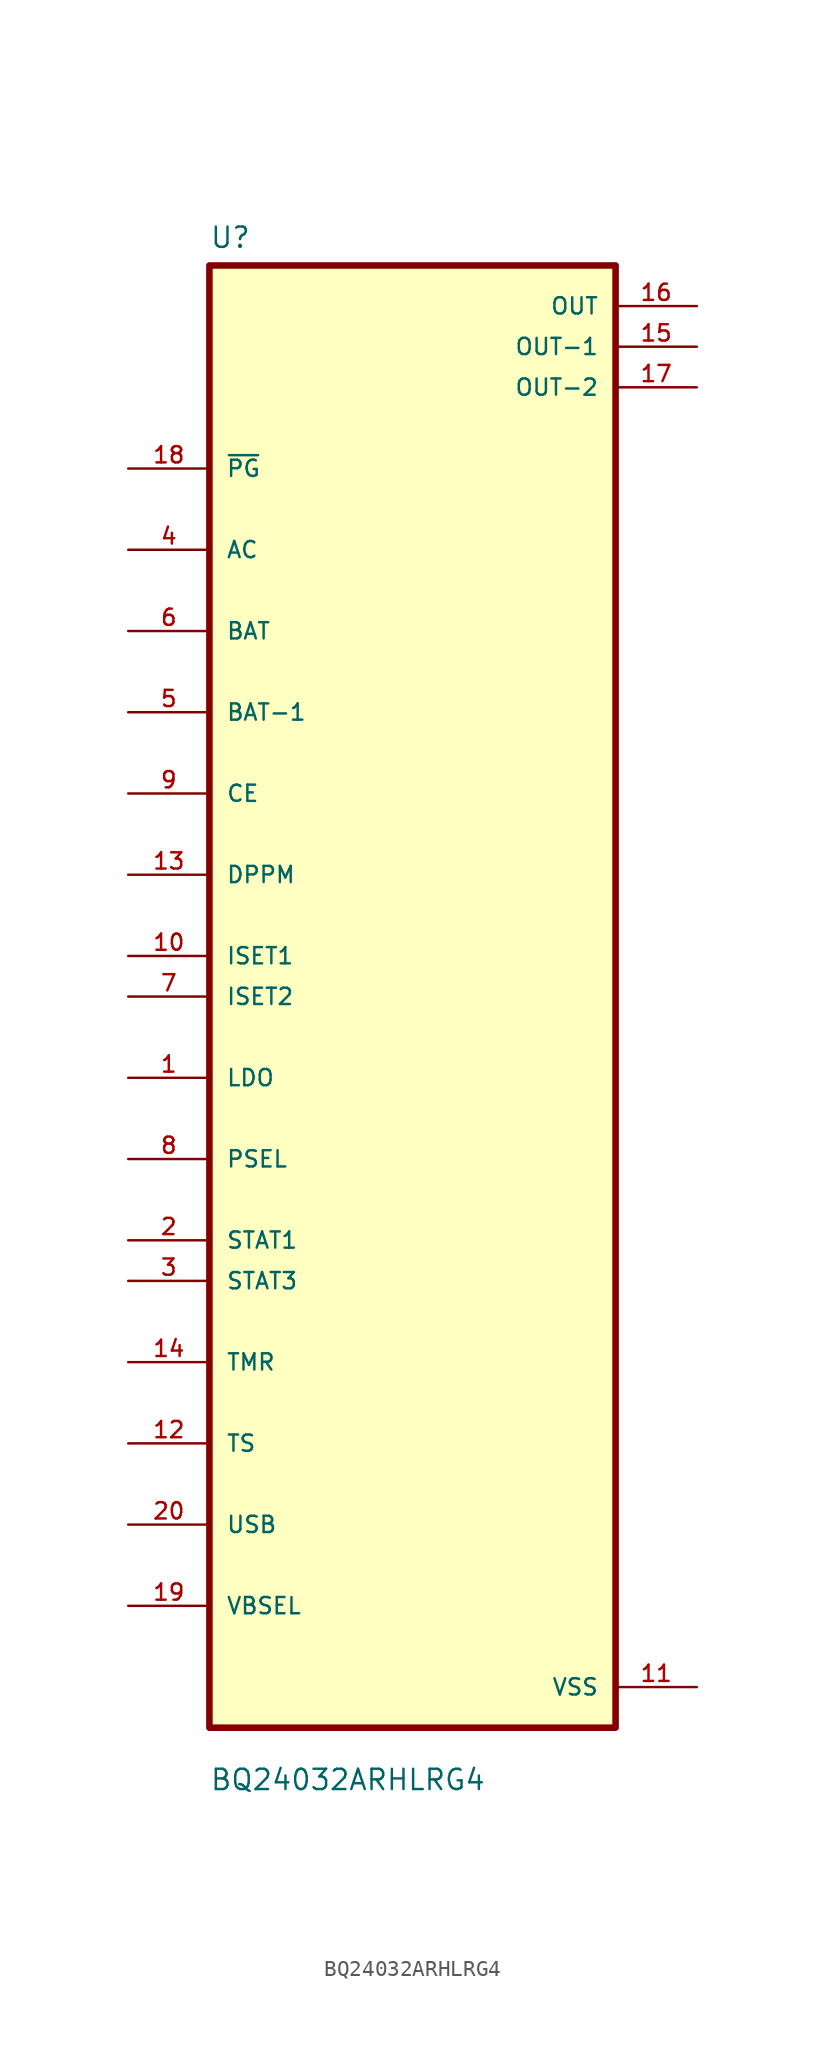
<source format=kicad_sym>
(kicad_symbol_lib
  (version 20211014)
  (generator kicad_symbol_editor)
  (symbol "BQ24032ARHLRG4"
    (pin_names
      (offset 1.016))
    (property "Reference" "U"
      (at -12.7 46.72 0.0)
      (effects (font (size 1.27 1.27)) (justify bottom left)))
    (property "Value" "BQ24032ARHLRG4"
      (at -12.7 -49.72 0.0)
      (effects (font (size 1.27 1.27)) (justify bottom left)))
    (symbol "BQ24032ARHLRG4_0_0"
      (rectangle (start -12.7 -45.72) (end 12.7 45.72) (stroke (width 0.41)) (fill (type background)))
      (pin bidirectional line (at -17.78 33.02 0) (length 5.08) (name "~{PG}" (effects (font (size 1.016 1.016)))) (number "18" (effects (font (size 1.016 1.016)))))
      (pin bidirectional line (at -17.78 27.94 0) (length 5.08) (name "AC" (effects (font (size 1.016 1.016)))) (number "4" (effects (font (size 1.016 1.016)))))
      (pin bidirectional line (at -17.78 22.86 0) (length 5.08) (name "BAT" (effects (font (size 1.016 1.016)))) (number "6" (effects (font (size 1.016 1.016)))))
      (pin bidirectional line (at -17.78 17.78 0) (length 5.08) (name "BAT-1" (effects (font (size 1.016 1.016)))) (number "5" (effects (font (size 1.016 1.016)))))
      (pin bidirectional line (at -17.78 12.7 0) (length 5.08) (name "CE" (effects (font (size 1.016 1.016)))) (number "9" (effects (font (size 1.016 1.016)))))
      (pin bidirectional line (at -17.78 7.62 0) (length 5.08) (name "DPPM" (effects (font (size 1.016 1.016)))) (number "13" (effects (font (size 1.016 1.016)))))
      (pin bidirectional line (at -17.78 2.54 0) (length 5.08) (name "ISET1" (effects (font (size 1.016 1.016)))) (number "10" (effects (font (size 1.016 1.016)))))
      (pin bidirectional line (at -17.78 1.06581e-14 0) (length 5.08) (name "ISET2" (effects (font (size 1.016 1.016)))) (number "7" (effects (font (size 1.016 1.016)))))
      (pin bidirectional line (at -17.78 -5.08 0) (length 5.08) (name "LDO" (effects (font (size 1.016 1.016)))) (number "1" (effects (font (size 1.016 1.016)))))
      (pin bidirectional line (at -17.78 -10.16 0) (length 5.08) (name "PSEL" (effects (font (size 1.016 1.016)))) (number "8" (effects (font (size 1.016 1.016)))))
      (pin bidirectional line (at -17.78 -15.24 0) (length 5.08) (name "STAT1" (effects (font (size 1.016 1.016)))) (number "2" (effects (font (size 1.016 1.016)))))
      (pin bidirectional line (at -17.78 -17.78 0) (length 5.08) (name "STAT3" (effects (font (size 1.016 1.016)))) (number "3" (effects (font (size 1.016 1.016)))))
      (pin bidirectional line (at -17.78 -22.86 0) (length 5.08) (name "TMR" (effects (font (size 1.016 1.016)))) (number "14" (effects (font (size 1.016 1.016)))))
      (pin bidirectional line (at -17.78 -27.94 0) (length 5.08) (name "TS" (effects (font (size 1.016 1.016)))) (number "12" (effects (font (size 1.016 1.016)))))
      (pin bidirectional line (at -17.78 -33.02 0) (length 5.08) (name "USB" (effects (font (size 1.016 1.016)))) (number "20" (effects (font (size 1.016 1.016)))))
      (pin bidirectional line (at -17.78 -38.1 0) (length 5.08) (name "VBSEL" (effects (font (size 1.016 1.016)))) (number "19" (effects (font (size 1.016 1.016)))))
      (pin output line (at 17.78 43.18 180.0) (length 5.08) (name "OUT" (effects (font (size 1.016 1.016)))) (number "16" (effects (font (size 1.016 1.016)))))
      (pin output line (at 17.78 40.64 180.0) (length 5.08) (name "OUT-1" (effects (font (size 1.016 1.016)))) (number "15" (effects (font (size 1.016 1.016)))))
      (pin output line (at 17.78 38.1 180.0) (length 5.08) (name "OUT-2" (effects (font (size 1.016 1.016)))) (number "17" (effects (font (size 1.016 1.016)))))
      (pin power_in line (at 17.78 -43.18 180.0) (length 5.08) (name "VSS" (effects (font (size 1.016 1.016)))) (number "11" (effects (font (size 1.016 1.016))))))))
</source>
